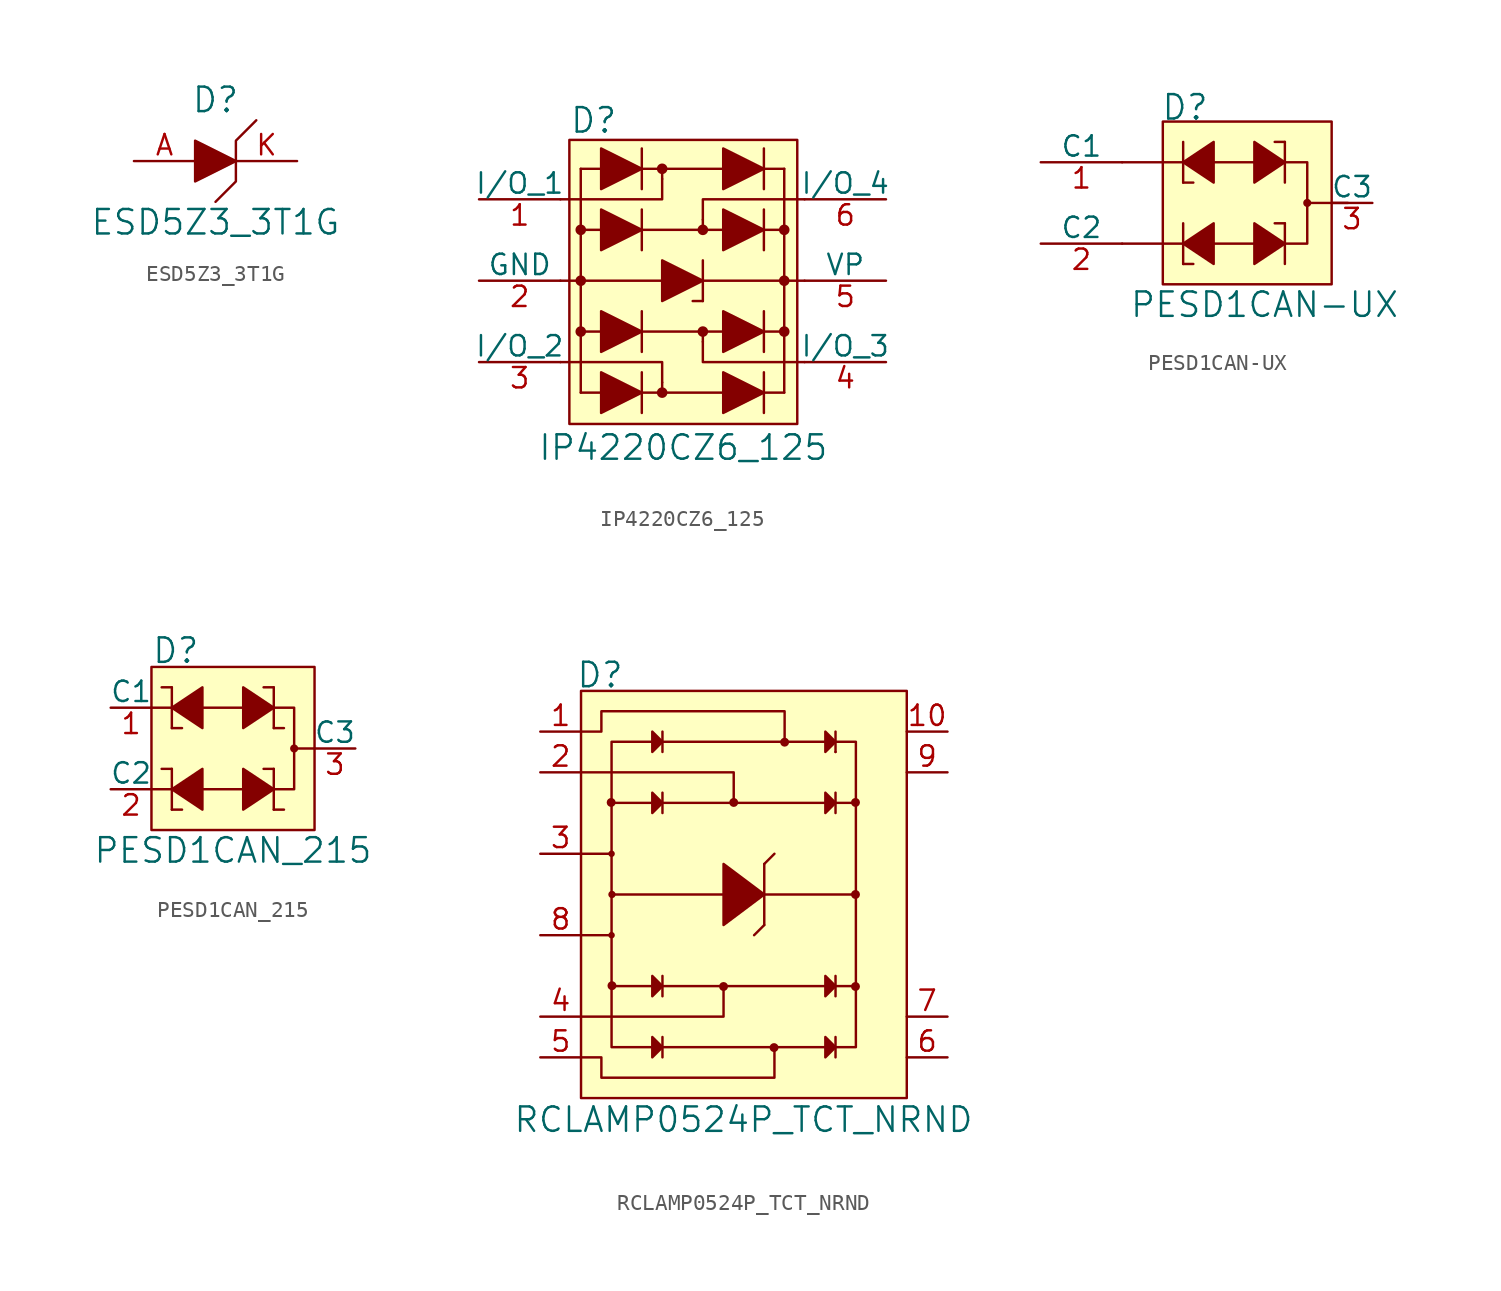
<source format=kicad_sym>
(kicad_symbol_lib
  (version 20231120)
  (generator "kicad_symbol_editor")
  (generator_version "8.0")
  (symbol "ESD5Z3_3T1G"
    (pin_names
      (offset 1.016))
    (property "Reference" "D"
      (at 0 3.81 0)
      (effects (font (size 1.524 1.524))))
    (property "Value" "ESD5Z3_3T1G"
      (at 0 -3.81 0)
      (effects (font (size 1.524 1.524))))
    (symbol "ESD5Z3_3T1G_0_1"
      (polyline (pts (xy -1.27 1.27) (xy -1.27 -1.27) (xy 1.27 0) (xy -1.27 1.27)) (stroke (width 0) (type solid)) (fill (type outline)))
      (polyline (pts (xy 2.54 2.54) (xy 1.27 1.27) (xy 1.27 -1.27) (xy 0 -2.54)) (stroke (width 0) (type solid)) (fill (type none))))
    (symbol "ESD5Z3_3T1G_1_1"
      (pin bidirectional line (at -5.08 0 0) (length 3.81) (name "~" (effects (font (size 1.27 1.27)))) (number "A" (effects (font (size 1.27 1.27)))))
      (pin bidirectional line (at 5.08 0 180) (length 3.81) (name "~" (effects (font (size 1.27 1.27)))) (number "K" (effects (font (size 1.27 1.27)))))))
  (symbol "IP4220CZ6_125"
    (pin_names
      (offset 0))
    (property "Reference" "D"
      (at -7.061 7.468 0)
      (effects (font (size 1.524 1.524)) (justify left)))
    (property "Value" "IP4220CZ6_125"
      (at 0.051 -12.954 0)
      (effects (font (size 1.524 1.524))))
    (symbol "IP4220CZ6_125_0_1"
      (rectangle (start -7.061 6.248) (end 7.163 -11.481) (stroke (width 0) (type solid)) (fill (type background)))
      (circle (center -6.35 -5.715) (radius 0.254) (stroke (width 0) (type solid)) (fill (type outline)))
      (circle (center -6.35 -2.54) (radius 0.254) (stroke (width 0) (type solid)) (fill (type outline)))
      (circle (center -6.35 0.635) (radius 0.254) (stroke (width 0) (type solid)) (fill (type outline)))
      (circle (center -1.27 -9.525) (radius 0.254) (stroke (width 0) (type solid)) (fill (type outline)))
      (circle (center -1.27 4.445) (radius 0.254) (stroke (width 0) (type solid)) (fill (type outline)))
      (polyline (pts (xy -6.35 -9.525) (xy -6.35 4.445)) (stroke (width 0) (type solid)) (fill (type none)))
      (polyline (pts (xy -6.35 -9.525) (xy 6.35 -9.525)) (stroke (width 0) (type solid)) (fill (type none)))
      (polyline (pts (xy -6.35 0.635) (xy 6.35 0.635)) (stroke (width 0) (type solid)) (fill (type none)))
      (polyline (pts (xy -6.35 4.445) (xy 6.35 4.445)) (stroke (width 0) (type solid)) (fill (type none)))
      (polyline (pts (xy -2.54 -8.255) (xy -2.54 -10.795)) (stroke (width 0) (type solid)) (fill (type none)))
      (polyline (pts (xy -2.54 -4.445) (xy -2.54 -6.985)) (stroke (width 0) (type solid)) (fill (type none)))
      (polyline (pts (xy -2.54 1.905) (xy -2.54 -0.635)) (stroke (width 0) (type solid)) (fill (type none)))
      (polyline (pts (xy -2.54 5.715) (xy -2.54 3.175)) (stroke (width 0) (type solid)) (fill (type none)))
      (polyline (pts (xy -1.27 -8.89) (xy -1.27 -9.525)) (stroke (width 0) (type solid)) (fill (type none)))
      (polyline (pts (xy -1.27 -2.54) (xy -7.62 -2.54)) (stroke (width 0) (type solid)) (fill (type none)))
      (polyline (pts (xy -1.27 -2.54) (xy 1.27 -2.54)) (stroke (width 0) (type solid)) (fill (type none)))
      (polyline (pts (xy -1.27 3.81) (xy -1.27 4.445)) (stroke (width 0) (type solid)) (fill (type none)))
      (polyline (pts (xy 1.27 -5.715) (xy 1.27 -6.35)) (stroke (width 0) (type solid)) (fill (type none)))
      (polyline (pts (xy 1.27 -3.81) (xy 0.635 -3.81)) (stroke (width 0) (type solid)) (fill (type none)))
      (polyline (pts (xy 1.27 -2.54) (xy 7.62 -2.54)) (stroke (width 0) (type solid)) (fill (type none)))
      (polyline (pts (xy 1.27 -1.27) (xy 1.27 -3.81)) (stroke (width 0) (type solid)) (fill (type none)))
      (polyline (pts (xy 1.27 0.635) (xy 1.27 1.27)) (stroke (width 0) (type solid)) (fill (type none)))
      (polyline (pts (xy 5.08 -8.255) (xy 5.08 -10.795)) (stroke (width 0) (type solid)) (fill (type none)))
      (polyline (pts (xy 5.08 -4.445) (xy 5.08 -6.985)) (stroke (width 0) (type solid)) (fill (type none)))
      (polyline (pts (xy 5.08 1.905) (xy 5.08 -0.635)) (stroke (width 0) (type solid)) (fill (type none)))
      (polyline (pts (xy 5.08 5.715) (xy 5.08 3.175)) (stroke (width 0) (type solid)) (fill (type none)))
      (polyline (pts (xy 6.35 -5.715) (xy -6.35 -5.715)) (stroke (width 0) (type solid)) (fill (type none)))
      (polyline (pts (xy 6.35 4.445) (xy 6.35 -9.525)) (stroke (width 0) (type solid)) (fill (type none)))
      (polyline (pts (xy -1.27 -8.89) (xy -1.27 -7.62) (xy -7.62 -7.62)) (stroke (width 0) (type solid)) (fill (type none)))
      (polyline (pts (xy -1.27 3.81) (xy -1.27 2.54) (xy -7.62 2.54)) (stroke (width 0) (type solid)) (fill (type none)))
      (polyline (pts (xy 1.27 1.27) (xy 1.27 2.54) (xy 7.62 2.54)) (stroke (width 0) (type solid)) (fill (type none)))
      (polyline (pts (xy 7.62 -7.62) (xy 1.27 -7.62) (xy 1.27 -6.35)) (stroke (width 0) (type solid)) (fill (type none)))
      (polyline (pts (xy -5.08 -8.255) (xy -5.08 -10.795) (xy -2.54 -9.525) (xy -5.08 -8.255)) (stroke (width 0) (type solid)) (fill (type outline)))
      (polyline (pts (xy -5.08 -4.445) (xy -5.08 -6.985) (xy -2.54 -5.715) (xy -5.08 -4.445)) (stroke (width 0) (type solid)) (fill (type outline)))
      (polyline (pts (xy -5.08 1.905) (xy -5.08 -0.635) (xy -2.54 0.635) (xy -5.08 1.905)) (stroke (width 0) (type solid)) (fill (type outline)))
      (polyline (pts (xy -5.08 5.715) (xy -5.08 3.175) (xy -2.54 4.445) (xy -5.08 5.715)) (stroke (width 0) (type solid)) (fill (type outline)))
      (polyline (pts (xy -1.27 -1.27) (xy -1.27 -3.81) (xy 1.27 -2.54) (xy -1.27 -1.27)) (stroke (width 0) (type solid)) (fill (type outline)))
      (polyline (pts (xy 2.54 -8.255) (xy 2.54 -10.795) (xy 5.08 -9.525) (xy 2.54 -8.255)) (stroke (width 0) (type solid)) (fill (type outline)))
      (polyline (pts (xy 2.54 1.905) (xy 2.54 -0.635) (xy 5.08 0.635) (xy 2.54 1.905)) (stroke (width 0) (type solid)) (fill (type outline)))
      (polyline (pts (xy 5.08 -5.715) (xy 2.54 -4.445) (xy 2.54 -6.985) (xy 5.08 -5.715)) (stroke (width 0) (type solid)) (fill (type outline)))
      (polyline (pts (xy 5.08 4.445) (xy 2.54 5.715) (xy 2.54 3.175) (xy 5.08 4.445)) (stroke (width 0) (type solid)) (fill (type outline)))
      (circle (center 1.27 -5.715) (radius 0.254) (stroke (width 0) (type solid)) (fill (type outline)))
      (circle (center 1.27 0.635) (radius 0.254) (stroke (width 0) (type solid)) (fill (type outline)))
      (circle (center 6.35 -5.715) (radius 0.254) (stroke (width 0) (type solid)) (fill (type outline)))
      (circle (center 6.35 -2.54) (radius 0.254) (stroke (width 0) (type solid)) (fill (type outline)))
      (circle (center 6.35 0.635) (radius 0.254) (stroke (width 0) (type solid)) (fill (type outline))))
    (symbol "IP4220CZ6_125_1_1"
      (pin passive line (at -12.7 2.54 0) (length 5.08) (name "I/O_1" (effects (font (size 1.27 1.27)))) (number "1" (effects (font (size 1.27 1.27)))))
      (pin power_in line (at -12.7 -2.54 0) (length 5.08) (name "GND" (effects (font (size 1.27 1.27)))) (number "2" (effects (font (size 1.27 1.27)))))
      (pin passive line (at -12.7 -7.62 0) (length 5.08) (name "I/O_2" (effects (font (size 1.27 1.27)))) (number "3" (effects (font (size 1.27 1.27)))))
      (pin passive line (at 12.7 -7.62 180) (length 5.08) (name "I/O_3" (effects (font (size 1.27 1.27)))) (number "4" (effects (font (size 1.27 1.27)))))
      (pin power_in line (at 12.7 -2.54 180) (length 5.08) (name "VP" (effects (font (size 1.27 1.27)))) (number "5" (effects (font (size 1.27 1.27)))))
      (pin passive line (at 12.7 2.54 180) (length 5.08) (name "I/O_4" (effects (font (size 1.27 1.27)))) (number "6" (effects (font (size 1.27 1.27)))))))
  (symbol "PESD1CAN-UX"
    (pin_names
      (offset 0))
    (property "Reference" "D"
      (at -5.207 5.969 0)
      (effects (font (size 1.524 1.524)) (justify left)))
    (property "Value" "PESD1CAN-UX"
      (at 1.27 -6.35 0)
      (effects (font (size 1.524 1.524))))
    (symbol "PESD1CAN-UX_0_1"
      (rectangle (start -5.08 5.08) (end 5.461 -5.08) (stroke (width 0) (type solid)) (fill (type background)))
      (polyline (pts (xy -3.81 -3.81) (xy -3.175 -3.81)) (stroke (width 0) (type solid)) (fill (type none)))
      (polyline (pts (xy -3.81 -2.54) (xy -7.62 -2.54)) (stroke (width 0) (type solid)) (fill (type none)))
      (polyline (pts (xy -3.81 -1.27) (xy -3.81 -3.81)) (stroke (width 0) (type solid)) (fill (type none)))
      (polyline (pts (xy -3.81 1.27) (xy -3.175 1.27)) (stroke (width 0) (type solid)) (fill (type none)))
      (polyline (pts (xy -3.81 2.54) (xy -7.62 2.54)) (stroke (width 0) (type solid)) (fill (type none)))
      (polyline (pts (xy -3.81 3.81) (xy -3.81 1.27)) (stroke (width 0) (type solid)) (fill (type none)))
      (polyline (pts (xy 0.635 -2.54) (xy -1.905 -2.54)) (stroke (width 0) (type solid)) (fill (type none)))
      (polyline (pts (xy 0.635 2.54) (xy -1.905 2.54)) (stroke (width 0) (type solid)) (fill (type none)))
      (polyline (pts (xy 0.635 2.54) (xy 0.635 2.54)) (stroke (width 0) (type solid)) (fill (type none)))
      (polyline (pts (xy 2.54 -1.27) (xy 1.905 -1.27)) (stroke (width 0) (type solid)) (fill (type none)))
      (polyline (pts (xy 2.54 -1.27) (xy 2.54 -3.81)) (stroke (width 0) (type solid)) (fill (type none)))
      (polyline (pts (xy 2.54 3.81) (xy 1.905 3.81)) (stroke (width 0) (type solid)) (fill (type none)))
      (polyline (pts (xy 2.54 3.81) (xy 2.54 1.27)) (stroke (width 0) (type solid)) (fill (type none)))
      (polyline (pts (xy 3.937 0) (xy 6.477 0)) (stroke (width 0) (type solid)) (fill (type none)))
      (polyline (pts (xy -1.905 -1.27) (xy -1.905 -3.81) (xy -3.81 -2.54) (xy -1.905 -1.27)) (stroke (width 0) (type solid)) (fill (type outline)))
      (polyline (pts (xy -1.905 1.27) (xy -1.905 3.81) (xy -3.81 2.54) (xy -1.905 1.27)) (stroke (width 0) (type solid)) (fill (type outline)))
      (polyline (pts (xy 0.635 -1.27) (xy 0.635 -3.81) (xy 2.54 -2.54) (xy 0.635 -1.27)) (stroke (width 0) (type solid)) (fill (type outline)))
      (polyline (pts (xy 0.635 3.81) (xy 0.635 1.27) (xy 2.54 2.54) (xy 0.635 3.81)) (stroke (width 0) (type solid)) (fill (type outline)))
      (polyline (pts (xy 1.397 2.54) (xy 3.937 2.54) (xy 3.937 -2.54) (xy 1.397 -2.54)) (stroke (width 0) (type solid)) (fill (type none)))
      (circle (center 3.937 0) (radius 0.178) (stroke (width 0) (type solid)) (fill (type outline))))
    (symbol "PESD1CAN-UX_1_1"
      (pin bidirectional line (at -12.7 2.54 0) (length 5.08) (name "C1" (effects (font (size 1.27 1.27)))) (number "1" (effects (font (size 1.27 1.27)))))
      (pin bidirectional line (at -12.7 -2.54 0) (length 5.08) (name "C2" (effects (font (size 1.27 1.27)))) (number "2" (effects (font (size 1.27 1.27)))))
      (pin bidirectional line (at 8.001 0 180) (length 2.54) (name "C3" (effects (font (size 1.27 1.27)))) (number "3" (effects (font (size 1.27 1.27)))))))
  (symbol "PESD1CAN_215"
    (pin_names
      (offset 0))
    (property "Reference" "D"
      (at -5.08 6.096 0)
      (effects (font (size 1.524 1.524)) (justify left)))
    (property "Value" "PESD1CAN_215"
      (at 0 -6.35 0)
      (effects (font (size 1.524 1.524))))
    (symbol "PESD1CAN_215_0_1"
      (rectangle (start -5.08 5.08) (end 5.08 -5.08) (stroke (width 0) (type solid)) (fill (type background)))
      (polyline (pts (xy -5.08 -2.54) (xy -3.81 -2.54)) (stroke (width 0) (type solid)) (fill (type none)))
      (polyline (pts (xy -5.08 2.54) (xy -3.81 2.54)) (stroke (width 0) (type solid)) (fill (type none)))
      (polyline (pts (xy -3.81 -3.81) (xy -3.175 -3.81)) (stroke (width 0) (type solid)) (fill (type none)))
      (polyline (pts (xy -3.81 -1.27) (xy -4.445 -1.27)) (stroke (width 0) (type solid)) (fill (type none)))
      (polyline (pts (xy -3.81 -1.27) (xy -3.81 -3.81)) (stroke (width 0) (type solid)) (fill (type none)))
      (polyline (pts (xy -3.81 1.27) (xy -3.175 1.27)) (stroke (width 0) (type solid)) (fill (type none)))
      (polyline (pts (xy -3.81 3.81) (xy -4.445 3.81)) (stroke (width 0) (type solid)) (fill (type none)))
      (polyline (pts (xy -3.81 3.81) (xy -3.81 1.27)) (stroke (width 0) (type solid)) (fill (type none)))
      (polyline (pts (xy 0.635 -2.54) (xy -1.905 -2.54)) (stroke (width 0) (type solid)) (fill (type none)))
      (polyline (pts (xy 0.635 2.54) (xy -1.905 2.54)) (stroke (width 0) (type solid)) (fill (type none)))
      (polyline (pts (xy 0.635 2.54) (xy 0.635 2.54)) (stroke (width 0) (type solid)) (fill (type none)))
      (polyline (pts (xy 2.54 -3.81) (xy 3.175 -3.81)) (stroke (width 0) (type solid)) (fill (type none)))
      (polyline (pts (xy 2.54 -1.27) (xy 1.905 -1.27)) (stroke (width 0) (type solid)) (fill (type none)))
      (polyline (pts (xy 2.54 -1.27) (xy 2.54 -3.81)) (stroke (width 0) (type solid)) (fill (type none)))
      (polyline (pts (xy 2.54 1.27) (xy 3.175 1.27)) (stroke (width 0) (type solid)) (fill (type none)))
      (polyline (pts (xy 2.54 3.81) (xy 1.905 3.81)) (stroke (width 0) (type solid)) (fill (type none)))
      (polyline (pts (xy 2.54 3.81) (xy 2.54 1.27)) (stroke (width 0) (type solid)) (fill (type none)))
      (polyline (pts (xy 3.81 0) (xy 5.08 0)) (stroke (width 0) (type solid)) (fill (type none)))
      (polyline (pts (xy -1.905 -1.27) (xy -1.905 -3.81) (xy -3.81 -2.54) (xy -1.905 -1.27)) (stroke (width 0) (type solid)) (fill (type outline)))
      (polyline (pts (xy -1.905 1.27) (xy -1.905 3.81) (xy -3.81 2.54) (xy -1.905 1.27)) (stroke (width 0) (type solid)) (fill (type outline)))
      (polyline (pts (xy 0.635 -1.27) (xy 0.635 -3.81) (xy 2.54 -2.54) (xy 0.635 -1.27)) (stroke (width 0) (type solid)) (fill (type outline)))
      (polyline (pts (xy 0.635 3.81) (xy 0.635 1.27) (xy 2.54 2.54) (xy 0.635 3.81)) (stroke (width 0) (type solid)) (fill (type outline)))
      (polyline (pts (xy 2.54 2.54) (xy 3.81 2.54) (xy 3.81 -2.54) (xy 2.54 -2.54)) (stroke (width 0) (type solid)) (fill (type none)))
      (circle (center 3.81 0) (radius 0.178) (stroke (width 0) (type solid)) (fill (type outline))))
    (symbol "PESD1CAN_215_1_1"
      (pin passive line (at -7.62 2.54 0) (length 2.54) (name "C1" (effects (font (size 1.27 1.27)))) (number "1" (effects (font (size 1.27 1.27)))))
      (pin passive line (at -7.62 -2.54 0) (length 2.54) (name "C2" (effects (font (size 1.27 1.27)))) (number "2" (effects (font (size 1.27 1.27)))))
      (pin passive line (at 7.62 0 180) (length 2.54) (name "C3" (effects (font (size 1.27 1.27)))) (number "3" (effects (font (size 1.27 1.27)))))))
  (symbol "RCLAMP0524P_TCT_NRND"
    (pin_names
      (offset 1.016))
    (property "Reference" "D"
      (at -10.49 13.691 0)
      (effects (font (size 1.524 1.524)) (justify left)))
    (property "Value" "RCLAMP0524P_TCT_NRND"
      (at -0.025 -14.046 0)
      (effects (font (size 1.524 1.524))))
    (symbol "RCLAMP0524P_TCT_NRND_0_1"
      (rectangle (start -10.16 12.7) (end 10.16 -12.7) (stroke (width 0) (type solid)) (fill (type background)))
      (circle (center -8.28 5.74) (radius 0.203) (stroke (width 0) (type solid)) (fill (type outline)))
      (circle (center -8.255 -2.54) (radius 0.127) (stroke (width 0) (type solid)) (fill (type none)))
      (circle (center -8.255 2.54) (radius 0.127) (stroke (width 0) (type solid)) (fill (type none)))
      (circle (center -8.23 -5.69) (radius 0.203) (stroke (width 0) (type solid)) (fill (type outline)))
      (circle (center -8.23 0) (radius 0.152) (stroke (width 0) (type solid)) (fill (type none)))
      (circle (center -1.27 -5.74) (radius 0.203) (stroke (width 0) (type solid)) (fill (type outline)))
      (circle (center -0.635 5.74) (radius 0.203) (stroke (width 0) (type solid)) (fill (type outline)))
      (polyline (pts (xy -10.16 -2.54) (xy -8.255 -2.54)) (stroke (width 0) (type solid)) (fill (type none)))
      (polyline (pts (xy -10.16 2.54) (xy -8.255 2.54)) (stroke (width 0) (type solid)) (fill (type none)))
      (polyline (pts (xy -5.715 -5.715) (xy -8.255 -5.715)) (stroke (width 0) (type solid)) (fill (type none)))
      (polyline (pts (xy -5.715 5.715) (xy -8.255 5.715)) (stroke (width 0) (type solid)) (fill (type none)))
      (polyline (pts (xy -5.08 -9.525) (xy 5.08 -9.525)) (stroke (width 0) (type solid)) (fill (type none)))
      (polyline (pts (xy -5.08 -8.89) (xy -5.08 -10.16)) (stroke (width 0) (type solid)) (fill (type none)))
      (polyline (pts (xy -5.08 -5.715) (xy 5.08 -5.715)) (stroke (width 0) (type solid)) (fill (type none)))
      (polyline (pts (xy -5.08 -5.08) (xy -5.08 -6.35)) (stroke (width 0) (type solid)) (fill (type none)))
      (polyline (pts (xy -5.08 5.715) (xy 5.08 5.715)) (stroke (width 0) (type solid)) (fill (type none)))
      (polyline (pts (xy -5.08 6.35) (xy -5.08 5.08)) (stroke (width 0) (type solid)) (fill (type none)))
      (polyline (pts (xy -5.08 9.525) (xy 5.08 9.525)) (stroke (width 0) (type solid)) (fill (type none)))
      (polyline (pts (xy -5.08 10.16) (xy -5.08 8.89)) (stroke (width 0) (type solid)) (fill (type none)))
      (polyline (pts (xy -1.27 0) (xy -8.255 0)) (stroke (width 0) (type solid)) (fill (type none)))
      (polyline (pts (xy 1.27 -1.905) (xy 0.635 -2.54)) (stroke (width 0) (type solid)) (fill (type none)))
      (polyline (pts (xy 1.27 1.905) (xy 1.27 -1.905)) (stroke (width 0) (type solid)) (fill (type none)))
      (polyline (pts (xy 1.27 1.905) (xy 1.905 2.54)) (stroke (width 0) (type solid)) (fill (type none)))
      (polyline (pts (xy 5.715 -8.89) (xy 5.715 -10.16)) (stroke (width 0) (type solid)) (fill (type none)))
      (polyline (pts (xy 5.715 -5.715) (xy 6.985 -5.715)) (stroke (width 0) (type solid)) (fill (type none)))
      (polyline (pts (xy 5.715 -5.08) (xy 5.715 -6.35)) (stroke (width 0) (type solid)) (fill (type none)))
      (polyline (pts (xy 5.715 5.715) (xy 6.985 5.715)) (stroke (width 0) (type solid)) (fill (type none)))
      (polyline (pts (xy 5.715 6.35) (xy 5.715 5.08)) (stroke (width 0) (type solid)) (fill (type none)))
      (polyline (pts (xy 5.715 8.89) (xy 5.715 8.89)) (stroke (width 0) (type solid)) (fill (type none)))
      (polyline (pts (xy 5.715 10.16) (xy 5.715 8.89)) (stroke (width 0) (type solid)) (fill (type none)))
      (polyline (pts (xy 6.985 0) (xy 1.27 0)) (stroke (width 0) (type solid)) (fill (type none)))
      (polyline (pts (xy 6.985 5.715) (xy 6.985 5.715)) (stroke (width 0) (type solid)) (fill (type none)))
      (polyline (pts (xy -10.16 -7.62) (xy -1.27 -7.62) (xy -1.27 -5.715)) (stroke (width 0) (type solid)) (fill (type none)))
      (polyline (pts (xy -10.16 7.62) (xy -0.635 7.62) (xy -0.635 5.715)) (stroke (width 0) (type solid)) (fill (type none)))
      (polyline (pts (xy -5.715 -9.525) (xy -8.255 -9.525) (xy -8.255 9.525) (xy -5.715 9.525)) (stroke (width 0) (type solid)) (fill (type none)))
      (polyline (pts (xy -5.715 -8.89) (xy -5.715 -10.16) (xy -5.08 -9.525) (xy -5.715 -8.89)) (stroke (width 0) (type solid)) (fill (type outline)))
      (polyline (pts (xy -5.715 -5.08) (xy -5.715 -6.35) (xy -5.08 -5.715) (xy -5.715 -5.08)) (stroke (width 0) (type solid)) (fill (type outline)))
      (polyline (pts (xy -5.715 6.35) (xy -5.715 5.08) (xy -5.08 5.715) (xy -5.715 6.35)) (stroke (width 0) (type solid)) (fill (type outline)))
      (polyline (pts (xy -5.715 10.16) (xy -5.715 8.89) (xy -5.08 9.525) (xy -5.715 10.16)) (stroke (width 0) (type solid)) (fill (type outline)))
      (polyline (pts (xy -1.27 1.905) (xy -1.27 -1.905) (xy 1.27 0) (xy -1.27 1.905)) (stroke (width 0) (type solid)) (fill (type outline)))
      (polyline (pts (xy 5.08 -8.89) (xy 5.08 -10.16) (xy 5.715 -9.525) (xy 5.08 -8.89)) (stroke (width 0) (type solid)) (fill (type outline)))
      (polyline (pts (xy 5.08 -5.08) (xy 5.08 -6.35) (xy 5.715 -5.715) (xy 5.08 -5.08)) (stroke (width 0) (type solid)) (fill (type outline)))
      (polyline (pts (xy 5.08 6.35) (xy 5.08 5.08) (xy 5.715 5.715) (xy 5.08 6.35)) (stroke (width 0) (type solid)) (fill (type outline)))
      (polyline (pts (xy 5.08 10.16) (xy 5.08 8.89) (xy 5.715 9.525) (xy 5.08 10.16)) (stroke (width 0) (type solid)) (fill (type outline)))
      (polyline (pts (xy 5.715 9.525) (xy 6.985 9.525) (xy 6.985 -9.525) (xy 5.715 -9.525)) (stroke (width 0) (type solid)) (fill (type none)))
      (polyline (pts (xy 1.905 -9.525) (xy 1.905 -11.43) (xy -8.89 -11.43) (xy -8.89 -10.16) (xy -10.16 -10.16)) (stroke (width 0) (type solid)) (fill (type none)))
      (polyline (pts (xy 2.54 9.525) (xy 2.54 11.43) (xy -8.89 11.43) (xy -8.89 10.16) (xy -10.16 10.16)) (stroke (width 0) (type solid)) (fill (type none)))
      (circle (center 1.88 -9.55) (radius 0.203) (stroke (width 0) (type solid)) (fill (type outline)))
      (circle (center 2.54 9.5) (radius 0.203) (stroke (width 0) (type solid)) (fill (type outline)))
      (circle (center 6.96 -5.74) (radius 0.203) (stroke (width 0) (type solid)) (fill (type outline)))
      (circle (center 6.96 0) (radius 0.203) (stroke (width 0) (type solid)) (fill (type outline)))
      (circle (center 6.96 5.74) (radius 0.203) (stroke (width 0) (type solid)) (fill (type outline))))
    (symbol "RCLAMP0524P_TCT_NRND_1_1"
      (pin input line (at -12.7 10.16 0) (length 2.54) (name "~" (effects (font (size 1.27 1.27)))) (number "1" (effects (font (size 1.27 1.27)))))
      (pin output line (at 12.7 10.16 180) (length 2.54) (name "~" (effects (font (size 1.27 1.27)))) (number "10" (effects (font (size 1.27 1.27)))))
      (pin input line (at -12.7 7.62 0) (length 2.54) (name "~" (effects (font (size 1.27 1.27)))) (number "2" (effects (font (size 1.27 1.27)))))
      (pin power_in line (at -12.7 2.54 0) (length 2.54) (name "~" (effects (font (size 1.27 1.27)))) (number "3" (effects (font (size 1.27 1.27)))))
      (pin input line (at -12.7 -7.62 0) (length 2.54) (name "~" (effects (font (size 1.27 1.27)))) (number "4" (effects (font (size 1.27 1.27)))))
      (pin input line (at -12.7 -10.16 0) (length 2.54) (name "~" (effects (font (size 1.27 1.27)))) (number "5" (effects (font (size 1.27 1.27)))))
      (pin output line (at 12.7 -10.16 180) (length 2.54) (name "~" (effects (font (size 1.27 1.27)))) (number "6" (effects (font (size 1.27 1.27)))))
      (pin output line (at 12.7 -7.62 180) (length 2.54) (name "~" (effects (font (size 1.27 1.27)))) (number "7" (effects (font (size 1.27 1.27)))))
      (pin power_in line (at -12.7 -2.54 0) (length 2.54) (name "~" (effects (font (size 1.27 1.27)))) (number "8" (effects (font (size 1.27 1.27)))))
      (pin output line (at 12.7 7.62 180) (length 2.54) (name "~" (effects (font (size 1.27 1.27)))) (number "9" (effects (font (size 1.27 1.27))))))))
</source>
